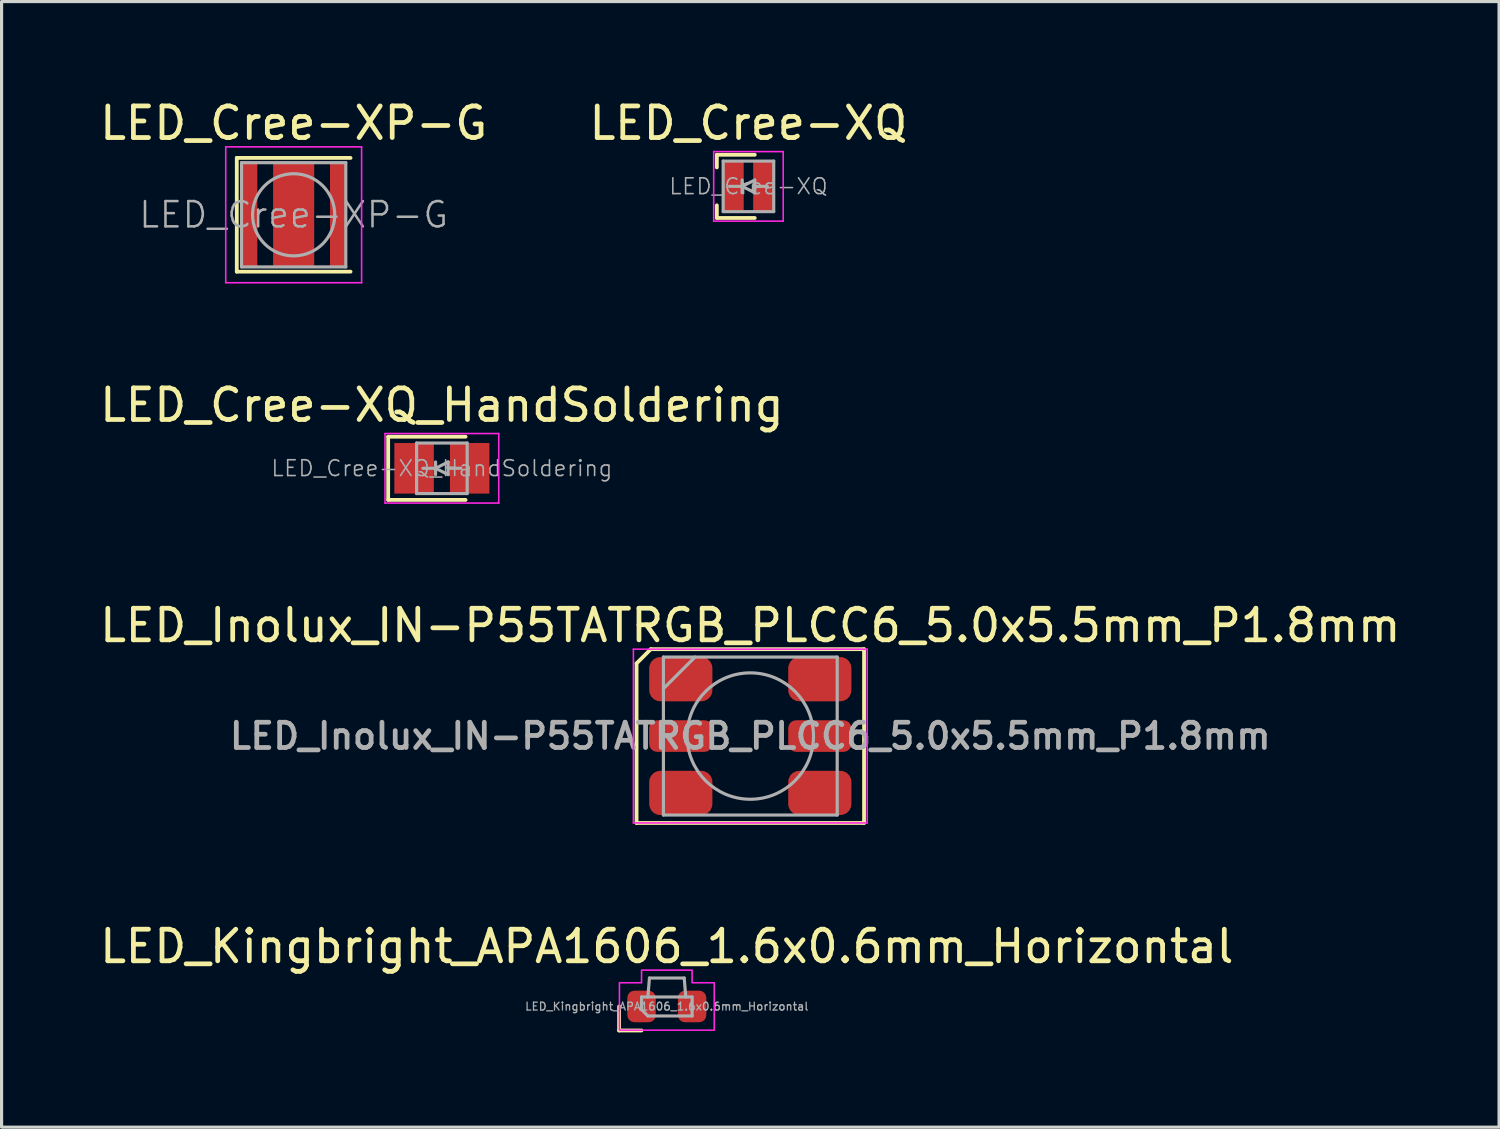
<source format=kicad_pcb>
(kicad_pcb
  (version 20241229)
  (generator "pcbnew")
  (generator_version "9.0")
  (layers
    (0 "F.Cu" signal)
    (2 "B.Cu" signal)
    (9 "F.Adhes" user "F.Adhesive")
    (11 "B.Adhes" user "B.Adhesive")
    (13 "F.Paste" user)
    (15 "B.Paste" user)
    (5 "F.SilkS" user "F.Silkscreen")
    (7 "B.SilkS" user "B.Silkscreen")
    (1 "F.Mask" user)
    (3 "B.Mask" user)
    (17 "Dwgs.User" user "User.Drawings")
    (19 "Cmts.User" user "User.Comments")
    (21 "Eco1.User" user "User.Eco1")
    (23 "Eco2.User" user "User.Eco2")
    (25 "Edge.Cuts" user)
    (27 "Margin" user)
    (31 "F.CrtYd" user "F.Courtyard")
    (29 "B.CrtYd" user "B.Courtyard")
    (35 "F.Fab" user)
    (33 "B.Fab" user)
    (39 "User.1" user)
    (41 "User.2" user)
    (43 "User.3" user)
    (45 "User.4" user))
  (footprint "LED_Inolux_IN-P55TATRGB_PLCC6_5.0x5.5mm_P1.8mm"
    (layer "F.Cu")
    (at 20.696 20.245)
    (property "Reference" "LED_Inolux_IN-P55TATRGB_PLCC6_5.0x5.5mm_P1.8mm" (at 0 -3.5 0) (layer "F.SilkS") (effects (font (size 1 1) (thickness 0.15))))
    (attr smd)
    (fp_line (start -3.6 -2.3) (end -3.6 2.75) (stroke (width 0.12) (type default)) (layer "F.SilkS"))
    (fp_line (start -3.15 -2.75) (end -3.6 -2.3) (stroke (width 0.12) (type default)) (layer "F.SilkS"))
    (fp_line (start 3.6 -2.75) (end -3.15 -2.75) (stroke (width 0.12) (type solid)) (layer "F.SilkS"))
    (fp_line (start 3.6 2.75) (end -3.6 2.75) (stroke (width 0.12) (type solid)) (layer "F.SilkS"))
    (fp_line (start 3.6 2.75) (end 3.6 -2.75) (stroke (width 0.12) (type default)) (layer "F.SilkS"))
    (fp_line (start -3.7 -2.75) (end -3.7 2.75) (stroke (width 0.05) (type solid)) (layer "F.CrtYd"))
    (fp_line (start -3.7 2.75) (end 3.7 2.75) (stroke (width 0.05) (type solid)) (layer "F.CrtYd"))
    (fp_line (start 3.7 -2.75) (end -3.7 -2.75) (stroke (width 0.05) (type solid)) (layer "F.CrtYd"))
    (fp_line (start 3.7 2.75) (end 3.7 -2.75) (stroke (width 0.05) (type solid)) (layer "F.CrtYd"))
    (fp_line (start -2.75 -2.5) (end 2.75 -2.5) (stroke (width 0.1) (type solid)) (layer "F.Fab"))
    (fp_line (start -2.75 -1.5) (end -1.75 -2.5) (stroke (width 0.1) (type solid)) (layer "F.Fab"))
    (fp_line (start -2.75 2.5) (end -2.75 -2.5) (stroke (width 0.1) (type solid)) (layer "F.Fab"))
    (fp_line (start 2.75 -2.5) (end 2.75 2.5) (stroke (width 0.1) (type solid)) (layer "F.Fab"))
    (fp_line (start 2.75 2.5) (end -2.75 2.5) (stroke (width 0.1) (type solid)) (layer "F.Fab"))
    (fp_circle (center 0 0) (end 0 -2) (stroke (width 0.1) (type solid)) (fill no) (layer "F.Fab"))
    (fp_text user "${REFERENCE}" (at 0 0 0) (layer "F.Fab") (effects (font (size 0.8 0.8) (thickness 0.15))))
    (pad "1" smd roundrect (at -2.2 -1.8) (size 2 1.4) (layers "F.Cu" "F.Mask" "F.Paste") (roundrect_rratio 0.25))
    (pad "2" smd roundrect (at -2.2 0) (size 2 1) (layers "F.Cu" "F.Mask" "F.Paste") (roundrect_rratio 0.25))
    (pad "3" smd roundrect (at -2.2 1.8) (size 2 1.4) (layers "F.Cu" "F.Mask" "F.Paste") (roundrect_rratio 0.25))
    (pad "4" smd roundrect (at 2.2 1.8) (size 2 1.4) (layers "F.Cu" "F.Mask" "F.Paste") (roundrect_rratio 0.25))
    (pad "5" smd roundrect (at 2.2 0) (size 2 1) (layers "F.Cu" "F.Mask" "F.Paste") (roundrect_rratio 0.25))
    (pad "6" smd roundrect (at 2.2 -1.8) (size 2 1.4) (layers "F.Cu" "F.Mask" "F.Paste") (roundrect_rratio 0.25)))
  (footprint "LED_Cree-XQ"
    (layer "F.Cu")
    (at 20.637 2.848)
    (property "Reference" "LED_Cree-XQ" (at 0 -2 0) (layer "F.SilkS") (effects (font (size 1 1) (thickness 0.15))))
    (attr smd)
    (fp_line (start -1 -1) (end -1 -0.6) (stroke (width 0.12) (type solid)) (layer "F.SilkS"))
    (fp_line (start -1 1) (end -1 0.6) (stroke (width 0.12) (type solid)) (layer "F.SilkS"))
    (fp_line (start 0.2 -1) (end -1 -1) (stroke (width 0.12) (type solid)) (layer "F.SilkS"))
    (fp_line (start 0.2 1) (end -1 1) (stroke (width 0.12) (type solid)) (layer "F.SilkS"))
    (fp_line (start -1.1 -1.1) (end 1.1 -1.1) (stroke (width 0.05) (type solid)) (layer "F.CrtYd"))
    (fp_line (start -1.1 1.1) (end -1.1 -1.1) (stroke (width 0.05) (type solid)) (layer "F.CrtYd"))
    (fp_line (start 1.1 -1.1) (end 1.1 1.1) (stroke (width 0.05) (type solid)) (layer "F.CrtYd"))
    (fp_line (start 1.1 1.1) (end -1.1 1.1) (stroke (width 0.05) (type solid)) (layer "F.CrtYd"))
    (fp_line (start -0.8 -0.8) (end 0.8 -0.8) (stroke (width 0.1) (type solid)) (layer "F.Fab"))
    (fp_line (start -0.8 0.8) (end -0.8 -0.8) (stroke (width 0.1) (type solid)) (layer "F.Fab"))
    (fp_line (start -0.6 0) (end -0.2 0) (stroke (width 0.1) (type solid)) (layer "F.Fab"))
    (fp_line (start -0.2 -0.2) (end -0.2 0.2) (stroke (width 0.1) (type solid)) (layer "F.Fab"))
    (fp_line (start -0.2 0) (end 0.2 -0.2) (stroke (width 0.1) (type solid)) (layer "F.Fab"))
    (fp_line (start 0.2 -0.2) (end 0.2 0.2) (stroke (width 0.1) (type solid)) (layer "F.Fab"))
    (fp_line (start 0.2 0.2) (end -0.2 0) (stroke (width 0.1) (type solid)) (layer "F.Fab"))
    (fp_line (start 0.6 0) (end 0.2 0) (stroke (width 0.1) (type solid)) (layer "F.Fab"))
    (fp_line (start 0.8 -0.8) (end 0.8 0.8) (stroke (width 0.1) (type solid)) (layer "F.Fab"))
    (fp_line (start 0.8 0.8) (end -0.8 0.8) (stroke (width 0.1) (type solid)) (layer "F.Fab"))
    (fp_text user "${REFERENCE}" (at 0 0 0) (layer "F.Fab") (effects (font (size 0.5 0.5) (thickness 0.05))))
    (pad "1" smd rect (at -0.475 0) (size 0.65 1.6) (layers "F.Cu" "F.Mask" "F.Paste"))
    (pad "2" smd rect (at 0.475 0) (size 0.65 1.6) (layers "F.Cu" "F.Mask" "F.Paste")))
  (footprint "LED_Cree-XQ_HandSoldering"
    (layer "F.Cu")
    (at 10.935 11.771)
    (property "Reference" "LED_Cree-XQ_HandSoldering" (at 0 -2 0) (layer "F.SilkS") (effects (font (size 1 1) (thickness 0.15))))
    (attr smd)
    (fp_line (start -1.7 -1) (end -1.7 1) (stroke (width 0.12) (type solid)) (layer "F.SilkS"))
    (fp_line (start 0.75 -1) (end -1.7 -1) (stroke (width 0.12) (type solid)) (layer "F.SilkS"))
    (fp_line (start 0.75 1) (end -1.7 1) (stroke (width 0.12) (type solid)) (layer "F.SilkS"))
    (fp_line (start -1.8 -1.1) (end 1.8 -1.1) (stroke (width 0.05) (type solid)) (layer "F.CrtYd"))
    (fp_line (start -1.8 1.1) (end -1.8 -1.1) (stroke (width 0.05) (type solid)) (layer "F.CrtYd"))
    (fp_line (start 1.8 -1.1) (end 1.8 1.1) (stroke (width 0.05) (type solid)) (layer "F.CrtYd"))
    (fp_line (start 1.8 1.1) (end -1.8 1.1) (stroke (width 0.05) (type solid)) (layer "F.CrtYd"))
    (fp_line (start -0.8 -0.8) (end 0.8 -0.8) (stroke (width 0.1) (type solid)) (layer "F.Fab"))
    (fp_line (start -0.8 0.8) (end -0.8 -0.8) (stroke (width 0.1) (type solid)) (layer "F.Fab"))
    (fp_line (start -0.6 0) (end -0.2 0) (stroke (width 0.1) (type solid)) (layer "F.Fab"))
    (fp_line (start -0.2 -0.2) (end -0.2 0.2) (stroke (width 0.1) (type solid)) (layer "F.Fab"))
    (fp_line (start -0.2 0) (end 0.2 -0.2) (stroke (width 0.1) (type solid)) (layer "F.Fab"))
    (fp_line (start 0.2 -0.2) (end 0.2 0.2) (stroke (width 0.1) (type solid)) (layer "F.Fab"))
    (fp_line (start 0.2 0.2) (end -0.2 0) (stroke (width 0.1) (type solid)) (layer "F.Fab"))
    (fp_line (start 0.6 0) (end 0.2 0) (stroke (width 0.1) (type solid)) (layer "F.Fab"))
    (fp_line (start 0.8 -0.8) (end 0.8 0.8) (stroke (width 0.1) (type solid)) (layer "F.Fab"))
    (fp_line (start 0.8 0.8) (end -0.8 0.8) (stroke (width 0.1) (type solid)) (layer "F.Fab"))
    (fp_text user "${REFERENCE}" (at 0 0 0) (layer "F.Fab") (effects (font (size 0.5 0.5) (thickness 0.05))))
    (pad "1" smd rect (at -0.88 0) (size 1.25 1.6) (layers "F.Cu" "F.Mask" "F.Paste"))
    (pad "2" smd rect (at 0.88 0) (size 1.25 1.6) (layers "F.Cu" "F.Mask" "F.Paste")))
  (footprint "LED_Kingbright_APA1606_1.6x0.6mm_Horizontal"
    (layer "F.Cu")
    (at 18.054 28.803)
    (property "Reference" "LED_Kingbright_APA1606_1.6x0.6mm_Horizontal" (at 0 -1.9 0) (layer "F.SilkS") (effects (font (size 1 1) (thickness 0.15))))
    (attr smd)
    (fp_line (start -1.51 0) (end -1.51 0.76) (stroke (width 0.12) (type default)) (layer "F.SilkS"))
    (fp_line (start -1.51 0.76) (end -0.8 0.76) (stroke (width 0.12) (type default)) (layer "F.SilkS"))
    (fp_poly (pts (xy -0.8 -1.15) (xy 0.8 -1.15) (xy 0.8 -0.75) (xy 1.5 -0.75) (xy 1.5 0.75) (xy -1.5 0.75) (xy -1.5 -0.75) (xy -0.8 -0.75)) (stroke (width 0.05) (type solid)) (fill no) (layer "F.CrtYd"))
    (fp_line (start -0.8 -0.3) (end 0.8 -0.3) (stroke (width 0.1) (type default)) (layer "F.Fab"))
    (fp_line (start -0.8 0.1) (end -0.8 -0.3) (stroke (width 0.1) (type default)) (layer "F.Fab"))
    (fp_line (start -0.6 -0.3) (end -0.55 -0.9) (stroke (width 0.1) (type default)) (layer "F.Fab"))
    (fp_line (start -0.6 0.3) (end -0.8 0.1) (stroke (width 0.1) (type default)) (layer "F.Fab"))
    (fp_line (start -0.55 -0.9) (end 0.55 -0.9) (stroke (width 0.1) (type default)) (layer "F.Fab"))
    (fp_line (start 0.6 -0.3) (end 0.55 -0.9) (stroke (width 0.1) (type default)) (layer "F.Fab"))
    (fp_line (start 0.8 -0.3) (end 0.8 0.3) (stroke (width 0.1) (type default)) (layer "F.Fab"))
    (fp_line (start 0.8 0.3) (end -0.6 0.3) (stroke (width 0.1) (type default)) (layer "F.Fab"))
    (fp_text user "${REFERENCE}" (at 0 0 0) (layer "F.Fab") (effects (font (size 0.25 0.25) (thickness 0.04))))
    (pad "1" smd roundrect (at -0.8 0) (size 0.9 1) (layers "F.Cu" "F.Mask" "F.Paste") (roundrect_rratio 0.25))
    (pad "2" smd roundrect (at 0.8 0) (size 0.9 1) (layers "F.Cu" "F.Mask" "F.Paste") (roundrect_rratio 0.25)))
  (footprint "LED_Cree-XP-G"
    (layer "F.Cu")
    (at 6.244 3.748)
    (property "Reference" "LED_Cree-XP-G" (at 0 -2.9 0) (layer "F.SilkS") (effects (font (size 1 1) (thickness 0.15))))
    (attr smd)
    (fp_line (start -1.8 -1.8) (end 1.8 -1.8) (stroke (width 0.12) (type solid)) (layer "F.SilkS"))
    (fp_line (start -1.8 1.8) (end -1.8 -1.8) (stroke (width 0.12) (type solid)) (layer "F.SilkS"))
    (fp_line (start 1.8 1.8) (end -1.8 1.8) (stroke (width 0.12) (type solid)) (layer "F.SilkS"))
    (fp_line (start -2.15 -2.15) (end 2.15 -2.15) (stroke (width 0.05) (type solid)) (layer "F.CrtYd"))
    (fp_line (start -2.15 2.15) (end -2.15 -2.15) (stroke (width 0.05) (type solid)) (layer "F.CrtYd"))
    (fp_line (start 2.15 -2.15) (end 2.15 2.15) (stroke (width 0.05) (type solid)) (layer "F.CrtYd"))
    (fp_line (start 2.15 2.15) (end -2.15 2.15) (stroke (width 0.05) (type solid)) (layer "F.CrtYd"))
    (fp_line (start -1.65 -1.65) (end 1.65 -1.65) (stroke (width 0.1) (type solid)) (layer "F.Fab"))
    (fp_line (start -1.65 1.65) (end -1.65 -1.65) (stroke (width 0.1) (type solid)) (layer "F.Fab"))
    (fp_line (start 1.65 -1.65) (end 1.65 1.65) (stroke (width 0.1) (type solid)) (layer "F.Fab"))
    (fp_line (start 1.65 1.65) (end -1.65 1.65) (stroke (width 0.1) (type solid)) (layer "F.Fab"))
    (fp_circle (center 0 0) (end 0 1.3) (stroke (width 0.1) (type solid)) (fill no) (layer "F.Fab"))
    (fp_text user "${REFERENCE}" (at 0 0 0) (layer "F.Fab") (effects (font (size 0.8 0.8) (thickness 0.08))))
    (pad "" smd rect (at 0 -1) (size 1.01 0.75) (layers "F.Paste"))
    (pad "" smd rect (at 0 0) (size 1.01 0.75) (layers "F.Paste"))
    (pad "" smd rect (at 0 1) (size 1.01 0.75) (layers "F.Paste"))
    (pad "1" smd rect (at -1.4 0) (size 0.5 3.3) (layers "F.Cu" "F.Mask" "F.Paste"))
    (pad "2" smd rect (at 1.4 0) (size 0.5 3.3) (layers "F.Cu" "F.Mask" "F.Paste"))
    (pad "3" smd rect (at 0 0) (size 1.3 3.3) (layers "F.Cu" "F.Mask")))
  (gr_rect
    (start -3 -3)
    (end 44.393 32.623)
    (stroke (width 0.1) (type default))
    (fill no)
    (layer "Edge.Cuts")))
</source>
